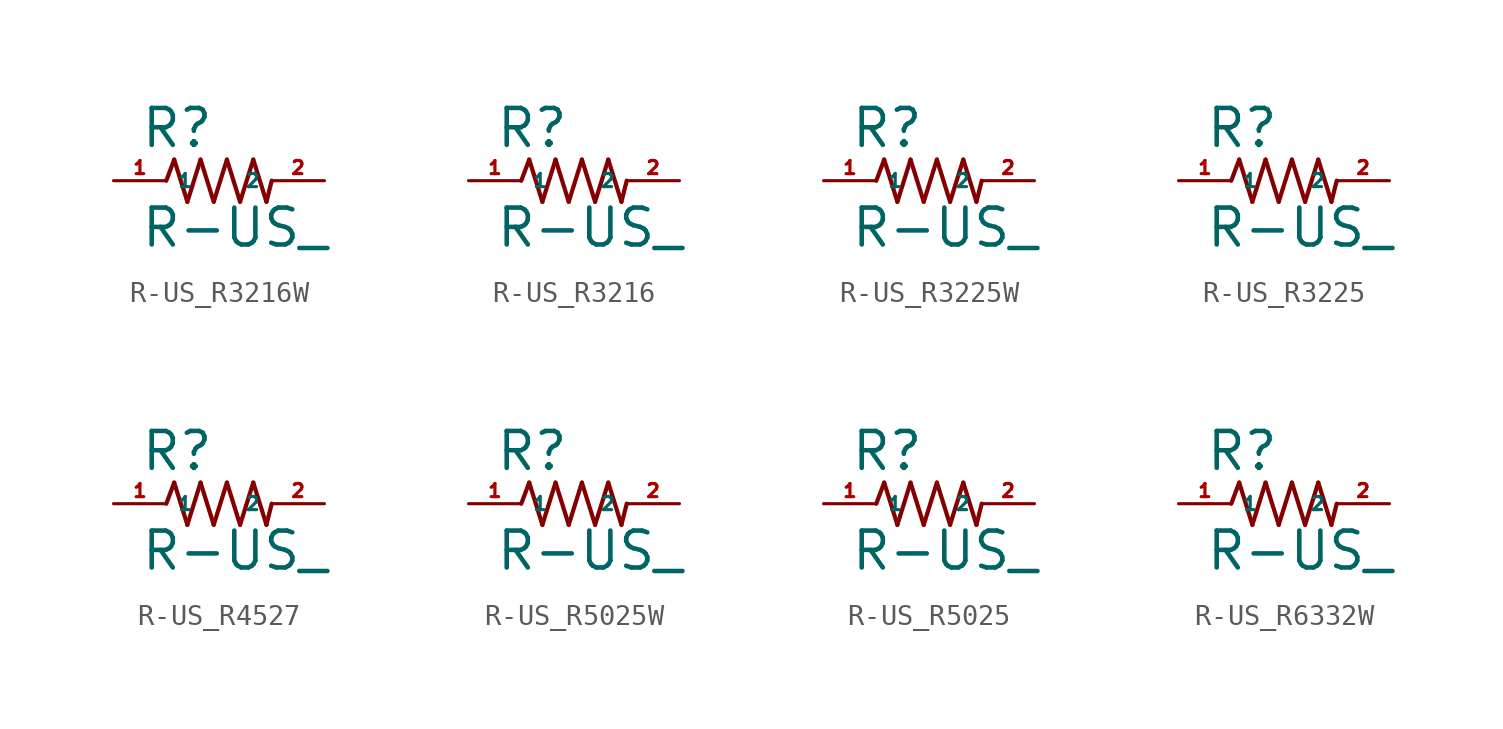
<source format=kicad_sym>
(kicad_symbol_lib
  (version 20220914)
  (generator Eagle2Kicad)
  (symbol "R-US_R3216W"
    (property "Reference" "R"
      (at -3.81 1.499 0)
      (effects (font (size 1.778 1.778) (thickness 0.22)) (justify left bottom)))
    (property "Value" "R-US_"
      (at -3.81 -3.302 0)
      (effects (font (size 1.778 1.778) (thickness 0.22)) (justify left bottom)))
    (polyline
      (pts (xy -2.54 0) (xy -2.159 1.016))
      (stroke (width 0.203) (type default))
      (fill (type none)))
    (polyline
      (pts (xy -2.159 1.016) (xy -1.524 -1.016))
      (stroke (width 0.203) (type default))
      (fill (type none)))
    (polyline
      (pts (xy -1.524 -1.016) (xy -0.889 1.016))
      (stroke (width 0.203) (type default))
      (fill (type none)))
    (polyline
      (pts (xy -0.889 1.016) (xy -0.254 -1.016))
      (stroke (width 0.203) (type default))
      (fill (type none)))
    (polyline
      (pts (xy -0.254 -1.016) (xy 0.381 1.016))
      (stroke (width 0.203) (type default))
      (fill (type none)))
    (polyline
      (pts (xy 0.381 1.016) (xy 1.016 -1.016))
      (stroke (width 0.203) (type default))
      (fill (type none)))
    (polyline
      (pts (xy 1.016 -1.016) (xy 1.651 1.016))
      (stroke (width 0.203) (type default))
      (fill (type none)))
    (polyline
      (pts (xy 1.651 1.016) (xy 2.286 -1.016))
      (stroke (width 0.203) (type default))
      (fill (type none)))
    (polyline
      (pts (xy 2.286 -1.016) (xy 2.54 0))
      (stroke (width 0.203) (type default))
      (fill (type none)))
    (pin passive line
      (at 5.08 0 180)
      (length 2.54)
      (name "2" (effects (font (size 0.635 0.635) (thickness 0.08)) (justify left bottom)))
      (number "2" (effects (font (size 0.635 0.635) (thickness 0.08)) (justify left bottom))))
    (pin passive line
      (at -5.08 0 0)
      (length 2.54)
      (name "1" (effects (font (size 0.635 0.635) (thickness 0.08)) (justify left bottom)))
      (number "1" (effects (font (size 0.635 0.635) (thickness 0.08)) (justify left bottom)))))
  (symbol "R-US_R3216"
    (property "Reference" "R"
      (at -3.81 1.499 0)
      (effects (font (size 1.778 1.778) (thickness 0.22)) (justify left bottom)))
    (property "Value" "R-US_"
      (at -3.81 -3.302 0)
      (effects (font (size 1.778 1.778) (thickness 0.22)) (justify left bottom)))
    (polyline
      (pts (xy -2.54 0) (xy -2.159 1.016))
      (stroke (width 0.203) (type default))
      (fill (type none)))
    (polyline
      (pts (xy -2.159 1.016) (xy -1.524 -1.016))
      (stroke (width 0.203) (type default))
      (fill (type none)))
    (polyline
      (pts (xy -1.524 -1.016) (xy -0.889 1.016))
      (stroke (width 0.203) (type default))
      (fill (type none)))
    (polyline
      (pts (xy -0.889 1.016) (xy -0.254 -1.016))
      (stroke (width 0.203) (type default))
      (fill (type none)))
    (polyline
      (pts (xy -0.254 -1.016) (xy 0.381 1.016))
      (stroke (width 0.203) (type default))
      (fill (type none)))
    (polyline
      (pts (xy 0.381 1.016) (xy 1.016 -1.016))
      (stroke (width 0.203) (type default))
      (fill (type none)))
    (polyline
      (pts (xy 1.016 -1.016) (xy 1.651 1.016))
      (stroke (width 0.203) (type default))
      (fill (type none)))
    (polyline
      (pts (xy 1.651 1.016) (xy 2.286 -1.016))
      (stroke (width 0.203) (type default))
      (fill (type none)))
    (polyline
      (pts (xy 2.286 -1.016) (xy 2.54 0))
      (stroke (width 0.203) (type default))
      (fill (type none)))
    (pin passive line
      (at 5.08 0 180)
      (length 2.54)
      (name "2" (effects (font (size 0.635 0.635) (thickness 0.08)) (justify left bottom)))
      (number "2" (effects (font (size 0.635 0.635) (thickness 0.08)) (justify left bottom))))
    (pin passive line
      (at -5.08 0 0)
      (length 2.54)
      (name "1" (effects (font (size 0.635 0.635) (thickness 0.08)) (justify left bottom)))
      (number "1" (effects (font (size 0.635 0.635) (thickness 0.08)) (justify left bottom)))))
  (symbol "R-US_R3225W"
    (property "Reference" "R"
      (at -3.81 1.499 0)
      (effects (font (size 1.778 1.778) (thickness 0.22)) (justify left bottom)))
    (property "Value" "R-US_"
      (at -3.81 -3.302 0)
      (effects (font (size 1.778 1.778) (thickness 0.22)) (justify left bottom)))
    (polyline
      (pts (xy -2.54 0) (xy -2.159 1.016))
      (stroke (width 0.203) (type default))
      (fill (type none)))
    (polyline
      (pts (xy -2.159 1.016) (xy -1.524 -1.016))
      (stroke (width 0.203) (type default))
      (fill (type none)))
    (polyline
      (pts (xy -1.524 -1.016) (xy -0.889 1.016))
      (stroke (width 0.203) (type default))
      (fill (type none)))
    (polyline
      (pts (xy -0.889 1.016) (xy -0.254 -1.016))
      (stroke (width 0.203) (type default))
      (fill (type none)))
    (polyline
      (pts (xy -0.254 -1.016) (xy 0.381 1.016))
      (stroke (width 0.203) (type default))
      (fill (type none)))
    (polyline
      (pts (xy 0.381 1.016) (xy 1.016 -1.016))
      (stroke (width 0.203) (type default))
      (fill (type none)))
    (polyline
      (pts (xy 1.016 -1.016) (xy 1.651 1.016))
      (stroke (width 0.203) (type default))
      (fill (type none)))
    (polyline
      (pts (xy 1.651 1.016) (xy 2.286 -1.016))
      (stroke (width 0.203) (type default))
      (fill (type none)))
    (polyline
      (pts (xy 2.286 -1.016) (xy 2.54 0))
      (stroke (width 0.203) (type default))
      (fill (type none)))
    (pin passive line
      (at 5.08 0 180)
      (length 2.54)
      (name "2" (effects (font (size 0.635 0.635) (thickness 0.08)) (justify left bottom)))
      (number "2" (effects (font (size 0.635 0.635) (thickness 0.08)) (justify left bottom))))
    (pin passive line
      (at -5.08 0 0)
      (length 2.54)
      (name "1" (effects (font (size 0.635 0.635) (thickness 0.08)) (justify left bottom)))
      (number "1" (effects (font (size 0.635 0.635) (thickness 0.08)) (justify left bottom)))))
  (symbol "R-US_R3225"
    (property "Reference" "R"
      (at -3.81 1.499 0)
      (effects (font (size 1.778 1.778) (thickness 0.22)) (justify left bottom)))
    (property "Value" "R-US_"
      (at -3.81 -3.302 0)
      (effects (font (size 1.778 1.778) (thickness 0.22)) (justify left bottom)))
    (polyline
      (pts (xy -2.54 0) (xy -2.159 1.016))
      (stroke (width 0.203) (type default))
      (fill (type none)))
    (polyline
      (pts (xy -2.159 1.016) (xy -1.524 -1.016))
      (stroke (width 0.203) (type default))
      (fill (type none)))
    (polyline
      (pts (xy -1.524 -1.016) (xy -0.889 1.016))
      (stroke (width 0.203) (type default))
      (fill (type none)))
    (polyline
      (pts (xy -0.889 1.016) (xy -0.254 -1.016))
      (stroke (width 0.203) (type default))
      (fill (type none)))
    (polyline
      (pts (xy -0.254 -1.016) (xy 0.381 1.016))
      (stroke (width 0.203) (type default))
      (fill (type none)))
    (polyline
      (pts (xy 0.381 1.016) (xy 1.016 -1.016))
      (stroke (width 0.203) (type default))
      (fill (type none)))
    (polyline
      (pts (xy 1.016 -1.016) (xy 1.651 1.016))
      (stroke (width 0.203) (type default))
      (fill (type none)))
    (polyline
      (pts (xy 1.651 1.016) (xy 2.286 -1.016))
      (stroke (width 0.203) (type default))
      (fill (type none)))
    (polyline
      (pts (xy 2.286 -1.016) (xy 2.54 0))
      (stroke (width 0.203) (type default))
      (fill (type none)))
    (pin passive line
      (at 5.08 0 180)
      (length 2.54)
      (name "2" (effects (font (size 0.635 0.635) (thickness 0.08)) (justify left bottom)))
      (number "2" (effects (font (size 0.635 0.635) (thickness 0.08)) (justify left bottom))))
    (pin passive line
      (at -5.08 0 0)
      (length 2.54)
      (name "1" (effects (font (size 0.635 0.635) (thickness 0.08)) (justify left bottom)))
      (number "1" (effects (font (size 0.635 0.635) (thickness 0.08)) (justify left bottom)))))
  (symbol "R-US_R4527"
    (property "Reference" "R"
      (at -3.81 1.499 0)
      (effects (font (size 1.778 1.778) (thickness 0.22)) (justify left bottom)))
    (property "Value" "R-US_"
      (at -3.81 -3.302 0)
      (effects (font (size 1.778 1.778) (thickness 0.22)) (justify left bottom)))
    (polyline
      (pts (xy -2.54 0) (xy -2.159 1.016))
      (stroke (width 0.203) (type default))
      (fill (type none)))
    (polyline
      (pts (xy -2.159 1.016) (xy -1.524 -1.016))
      (stroke (width 0.203) (type default))
      (fill (type none)))
    (polyline
      (pts (xy -1.524 -1.016) (xy -0.889 1.016))
      (stroke (width 0.203) (type default))
      (fill (type none)))
    (polyline
      (pts (xy -0.889 1.016) (xy -0.254 -1.016))
      (stroke (width 0.203) (type default))
      (fill (type none)))
    (polyline
      (pts (xy -0.254 -1.016) (xy 0.381 1.016))
      (stroke (width 0.203) (type default))
      (fill (type none)))
    (polyline
      (pts (xy 0.381 1.016) (xy 1.016 -1.016))
      (stroke (width 0.203) (type default))
      (fill (type none)))
    (polyline
      (pts (xy 1.016 -1.016) (xy 1.651 1.016))
      (stroke (width 0.203) (type default))
      (fill (type none)))
    (polyline
      (pts (xy 1.651 1.016) (xy 2.286 -1.016))
      (stroke (width 0.203) (type default))
      (fill (type none)))
    (polyline
      (pts (xy 2.286 -1.016) (xy 2.54 0))
      (stroke (width 0.203) (type default))
      (fill (type none)))
    (pin passive line
      (at 5.08 0 180)
      (length 2.54)
      (name "2" (effects (font (size 0.635 0.635) (thickness 0.08)) (justify left bottom)))
      (number "2" (effects (font (size 0.635 0.635) (thickness 0.08)) (justify left bottom))))
    (pin passive line
      (at -5.08 0 0)
      (length 2.54)
      (name "1" (effects (font (size 0.635 0.635) (thickness 0.08)) (justify left bottom)))
      (number "1" (effects (font (size 0.635 0.635) (thickness 0.08)) (justify left bottom)))))
  (symbol "R-US_R5025W"
    (property "Reference" "R"
      (at -3.81 1.499 0)
      (effects (font (size 1.778 1.778) (thickness 0.22)) (justify left bottom)))
    (property "Value" "R-US_"
      (at -3.81 -3.302 0)
      (effects (font (size 1.778 1.778) (thickness 0.22)) (justify left bottom)))
    (polyline
      (pts (xy -2.54 0) (xy -2.159 1.016))
      (stroke (width 0.203) (type default))
      (fill (type none)))
    (polyline
      (pts (xy -2.159 1.016) (xy -1.524 -1.016))
      (stroke (width 0.203) (type default))
      (fill (type none)))
    (polyline
      (pts (xy -1.524 -1.016) (xy -0.889 1.016))
      (stroke (width 0.203) (type default))
      (fill (type none)))
    (polyline
      (pts (xy -0.889 1.016) (xy -0.254 -1.016))
      (stroke (width 0.203) (type default))
      (fill (type none)))
    (polyline
      (pts (xy -0.254 -1.016) (xy 0.381 1.016))
      (stroke (width 0.203) (type default))
      (fill (type none)))
    (polyline
      (pts (xy 0.381 1.016) (xy 1.016 -1.016))
      (stroke (width 0.203) (type default))
      (fill (type none)))
    (polyline
      (pts (xy 1.016 -1.016) (xy 1.651 1.016))
      (stroke (width 0.203) (type default))
      (fill (type none)))
    (polyline
      (pts (xy 1.651 1.016) (xy 2.286 -1.016))
      (stroke (width 0.203) (type default))
      (fill (type none)))
    (polyline
      (pts (xy 2.286 -1.016) (xy 2.54 0))
      (stroke (width 0.203) (type default))
      (fill (type none)))
    (pin passive line
      (at 5.08 0 180)
      (length 2.54)
      (name "2" (effects (font (size 0.635 0.635) (thickness 0.08)) (justify left bottom)))
      (number "2" (effects (font (size 0.635 0.635) (thickness 0.08)) (justify left bottom))))
    (pin passive line
      (at -5.08 0 0)
      (length 2.54)
      (name "1" (effects (font (size 0.635 0.635) (thickness 0.08)) (justify left bottom)))
      (number "1" (effects (font (size 0.635 0.635) (thickness 0.08)) (justify left bottom)))))
  (symbol "R-US_R5025"
    (property "Reference" "R"
      (at -3.81 1.499 0)
      (effects (font (size 1.778 1.778) (thickness 0.22)) (justify left bottom)))
    (property "Value" "R-US_"
      (at -3.81 -3.302 0)
      (effects (font (size 1.778 1.778) (thickness 0.22)) (justify left bottom)))
    (polyline
      (pts (xy -2.54 0) (xy -2.159 1.016))
      (stroke (width 0.203) (type default))
      (fill (type none)))
    (polyline
      (pts (xy -2.159 1.016) (xy -1.524 -1.016))
      (stroke (width 0.203) (type default))
      (fill (type none)))
    (polyline
      (pts (xy -1.524 -1.016) (xy -0.889 1.016))
      (stroke (width 0.203) (type default))
      (fill (type none)))
    (polyline
      (pts (xy -0.889 1.016) (xy -0.254 -1.016))
      (stroke (width 0.203) (type default))
      (fill (type none)))
    (polyline
      (pts (xy -0.254 -1.016) (xy 0.381 1.016))
      (stroke (width 0.203) (type default))
      (fill (type none)))
    (polyline
      (pts (xy 0.381 1.016) (xy 1.016 -1.016))
      (stroke (width 0.203) (type default))
      (fill (type none)))
    (polyline
      (pts (xy 1.016 -1.016) (xy 1.651 1.016))
      (stroke (width 0.203) (type default))
      (fill (type none)))
    (polyline
      (pts (xy 1.651 1.016) (xy 2.286 -1.016))
      (stroke (width 0.203) (type default))
      (fill (type none)))
    (polyline
      (pts (xy 2.286 -1.016) (xy 2.54 0))
      (stroke (width 0.203) (type default))
      (fill (type none)))
    (pin passive line
      (at 5.08 0 180)
      (length 2.54)
      (name "2" (effects (font (size 0.635 0.635) (thickness 0.08)) (justify left bottom)))
      (number "2" (effects (font (size 0.635 0.635) (thickness 0.08)) (justify left bottom))))
    (pin passive line
      (at -5.08 0 0)
      (length 2.54)
      (name "1" (effects (font (size 0.635 0.635) (thickness 0.08)) (justify left bottom)))
      (number "1" (effects (font (size 0.635 0.635) (thickness 0.08)) (justify left bottom)))))
  (symbol "R-US_R6332W"
    (property "Reference" "R"
      (at -3.81 1.499 0)
      (effects (font (size 1.778 1.778) (thickness 0.22)) (justify left bottom)))
    (property "Value" "R-US_"
      (at -3.81 -3.302 0)
      (effects (font (size 1.778 1.778) (thickness 0.22)) (justify left bottom)))
    (polyline
      (pts (xy -2.54 0) (xy -2.159 1.016))
      (stroke (width 0.203) (type default))
      (fill (type none)))
    (polyline
      (pts (xy -2.159 1.016) (xy -1.524 -1.016))
      (stroke (width 0.203) (type default))
      (fill (type none)))
    (polyline
      (pts (xy -1.524 -1.016) (xy -0.889 1.016))
      (stroke (width 0.203) (type default))
      (fill (type none)))
    (polyline
      (pts (xy -0.889 1.016) (xy -0.254 -1.016))
      (stroke (width 0.203) (type default))
      (fill (type none)))
    (polyline
      (pts (xy -0.254 -1.016) (xy 0.381 1.016))
      (stroke (width 0.203) (type default))
      (fill (type none)))
    (polyline
      (pts (xy 0.381 1.016) (xy 1.016 -1.016))
      (stroke (width 0.203) (type default))
      (fill (type none)))
    (polyline
      (pts (xy 1.016 -1.016) (xy 1.651 1.016))
      (stroke (width 0.203) (type default))
      (fill (type none)))
    (polyline
      (pts (xy 1.651 1.016) (xy 2.286 -1.016))
      (stroke (width 0.203) (type default))
      (fill (type none)))
    (polyline
      (pts (xy 2.286 -1.016) (xy 2.54 0))
      (stroke (width 0.203) (type default))
      (fill (type none)))
    (pin passive line
      (at 5.08 0 180)
      (length 2.54)
      (name "2" (effects (font (size 0.635 0.635) (thickness 0.08)) (justify left bottom)))
      (number "2" (effects (font (size 0.635 0.635) (thickness 0.08)) (justify left bottom))))
    (pin passive line
      (at -5.08 0 0)
      (length 2.54)
      (name "1" (effects (font (size 0.635 0.635) (thickness 0.08)) (justify left bottom)))
      (number "1" (effects (font (size 0.635 0.635) (thickness 0.08)) (justify left bottom))))))
</source>
